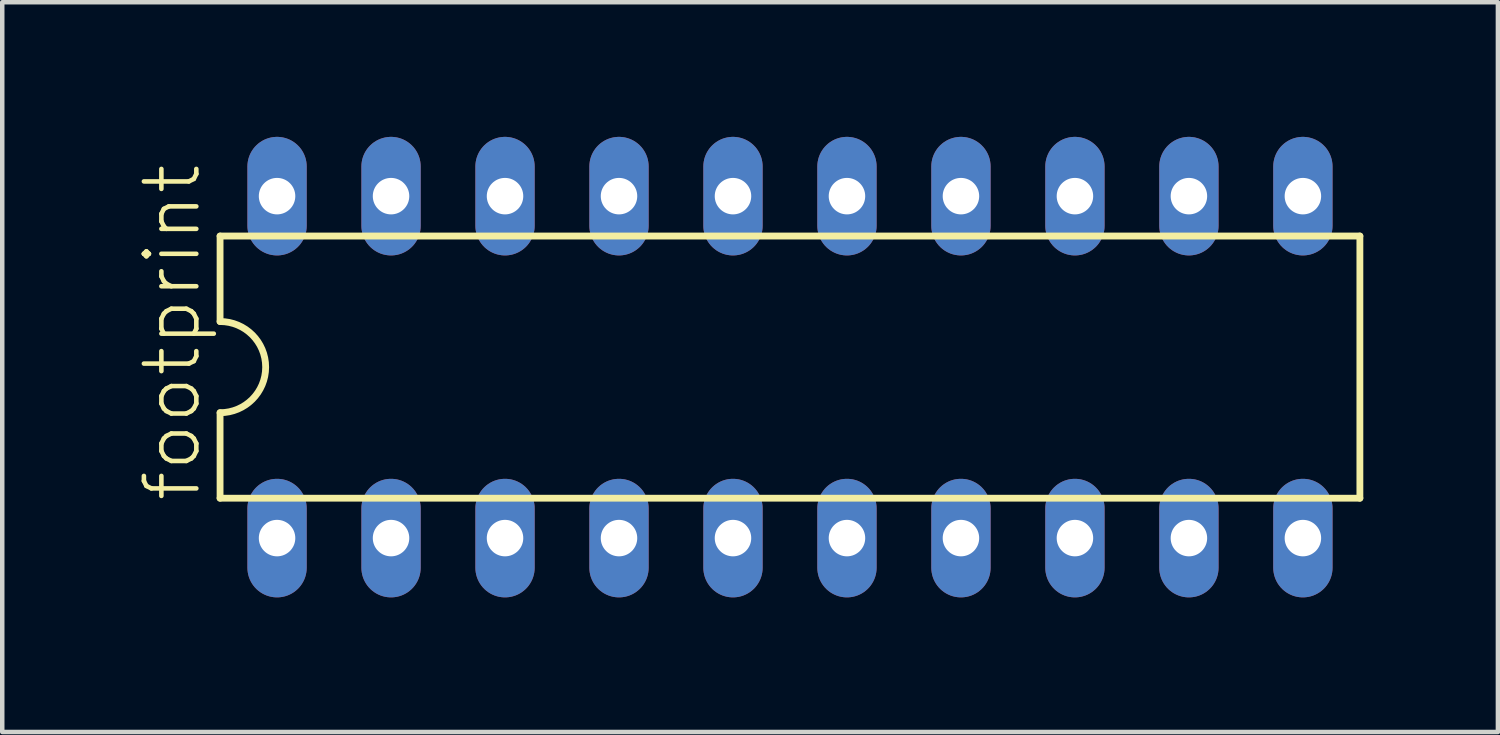
<source format=kicad_pcb>
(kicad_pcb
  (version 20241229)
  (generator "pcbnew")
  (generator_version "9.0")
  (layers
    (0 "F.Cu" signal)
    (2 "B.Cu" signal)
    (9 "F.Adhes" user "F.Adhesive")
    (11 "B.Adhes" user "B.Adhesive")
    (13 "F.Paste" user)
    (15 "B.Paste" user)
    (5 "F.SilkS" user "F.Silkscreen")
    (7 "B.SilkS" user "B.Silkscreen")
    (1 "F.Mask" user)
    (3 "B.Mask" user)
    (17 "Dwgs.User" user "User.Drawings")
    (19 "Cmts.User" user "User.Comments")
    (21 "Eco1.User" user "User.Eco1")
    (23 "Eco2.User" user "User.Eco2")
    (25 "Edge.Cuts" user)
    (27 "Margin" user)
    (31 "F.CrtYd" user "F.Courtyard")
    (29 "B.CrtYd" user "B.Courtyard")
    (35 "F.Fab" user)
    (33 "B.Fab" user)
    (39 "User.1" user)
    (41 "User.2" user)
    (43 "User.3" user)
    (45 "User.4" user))
  (footprint "footprint"
    (layer "F.Cu")
    (at 14.554 5.131)
    (property "Reference" "footprint" (at -13.081 3.048 90) (layer "F.SilkS") (effects (font (size 1.168 1.168) (thickness 0.102)) (justify left bottom)))
    (fp_line (start -12.7 -2.921) (end -12.7 -1.016) (stroke (width 0.152) (type solid)) (layer "F.SilkS"))
    (fp_line (start -12.7 2.921) (end -12.7 1.016) (stroke (width 0.152) (type solid)) (layer "F.SilkS"))
    (fp_line (start -12.7 2.921) (end 12.7 2.921) (stroke (width 0.152) (type solid)) (layer "F.SilkS"))
    (fp_line (start 12.7 -2.921) (end -12.7 -2.921) (stroke (width 0.152) (type solid)) (layer "F.SilkS"))
    (fp_line (start 12.7 -2.921) (end 12.7 2.921) (stroke (width 0.152) (type solid)) (layer "F.SilkS"))
    (fp_arc (start -12.7 -1.016) (mid -11.684 0) (end -12.7 1.016) (stroke (width 0.1524) (type solid)) (layer "F.SilkS"))
    (pad "1" thru_hole oval (at -11.43 3.81 90) (size 2.642 1.321) (drill 0.813) (layers "*.Cu" "*.Mask"))
    (pad "2" thru_hole oval (at -8.89 3.81 90) (size 2.642 1.321) (drill 0.813) (layers "*.Cu" "*.Mask"))
    (pad "3" thru_hole oval (at -6.35 3.81 90) (size 2.642 1.321) (drill 0.813) (layers "*.Cu" "*.Mask"))
    (pad "4" thru_hole oval (at -3.81 3.81 90) (size 2.642 1.321) (drill 0.813) (layers "*.Cu" "*.Mask"))
    (pad "5" thru_hole oval (at -1.27 3.81 90) (size 2.642 1.321) (drill 0.813) (layers "*.Cu" "*.Mask"))
    (pad "6" thru_hole oval (at 1.27 3.81 90) (size 2.642 1.321) (drill 0.813) (layers "*.Cu" "*.Mask"))
    (pad "7" thru_hole oval (at 3.81 3.81 90) (size 2.642 1.321) (drill 0.813) (layers "*.Cu" "*.Mask"))
    (pad "8" thru_hole oval (at 6.35 3.81 90) (size 2.642 1.321) (drill 0.813) (layers "*.Cu" "*.Mask"))
    (pad "9" thru_hole oval (at 8.89 3.81 90) (size 2.642 1.321) (drill 0.813) (layers "*.Cu" "*.Mask"))
    (pad "10" thru_hole oval (at 11.43 3.81 90) (size 2.642 1.321) (drill 0.813) (layers "*.Cu" "*.Mask"))
    (pad "11" thru_hole oval (at 11.43 -3.81 90) (size 2.642 1.321) (drill 0.813) (layers "*.Cu" "*.Mask"))
    (pad "12" thru_hole oval (at 8.89 -3.81 90) (size 2.642 1.321) (drill 0.813) (layers "*.Cu" "*.Mask"))
    (pad "13" thru_hole oval (at 6.35 -3.81 90) (size 2.642 1.321) (drill 0.813) (layers "*.Cu" "*.Mask"))
    (pad "14" thru_hole oval (at 3.81 -3.81 90) (size 2.642 1.321) (drill 0.813) (layers "*.Cu" "*.Mask"))
    (pad "15" thru_hole oval (at 1.27 -3.81 90) (size 2.642 1.321) (drill 0.813) (layers "*.Cu" "*.Mask"))
    (pad "16" thru_hole oval (at -1.27 -3.81 90) (size 2.642 1.321) (drill 0.813) (layers "*.Cu" "*.Mask"))
    (pad "17" thru_hole oval (at -3.81 -3.81 90) (size 2.642 1.321) (drill 0.813) (layers "*.Cu" "*.Mask"))
    (pad "18" thru_hole oval (at -6.35 -3.81 90) (size 2.642 1.321) (drill 0.813) (layers "*.Cu" "*.Mask"))
    (pad "19" thru_hole oval (at -8.89 -3.81 90) (size 2.642 1.321) (drill 0.813) (layers "*.Cu" "*.Mask"))
    (pad "20" thru_hole oval (at -11.43 -3.81 90) (size 2.642 1.321) (drill 0.813) (layers "*.Cu" "*.Mask")))
  (gr_rect
    (start -3 -3)
    (end 30.33 13.262)
    (stroke (width 0.1) (type default))
    (fill no)
    (layer "Edge.Cuts")))
</source>
